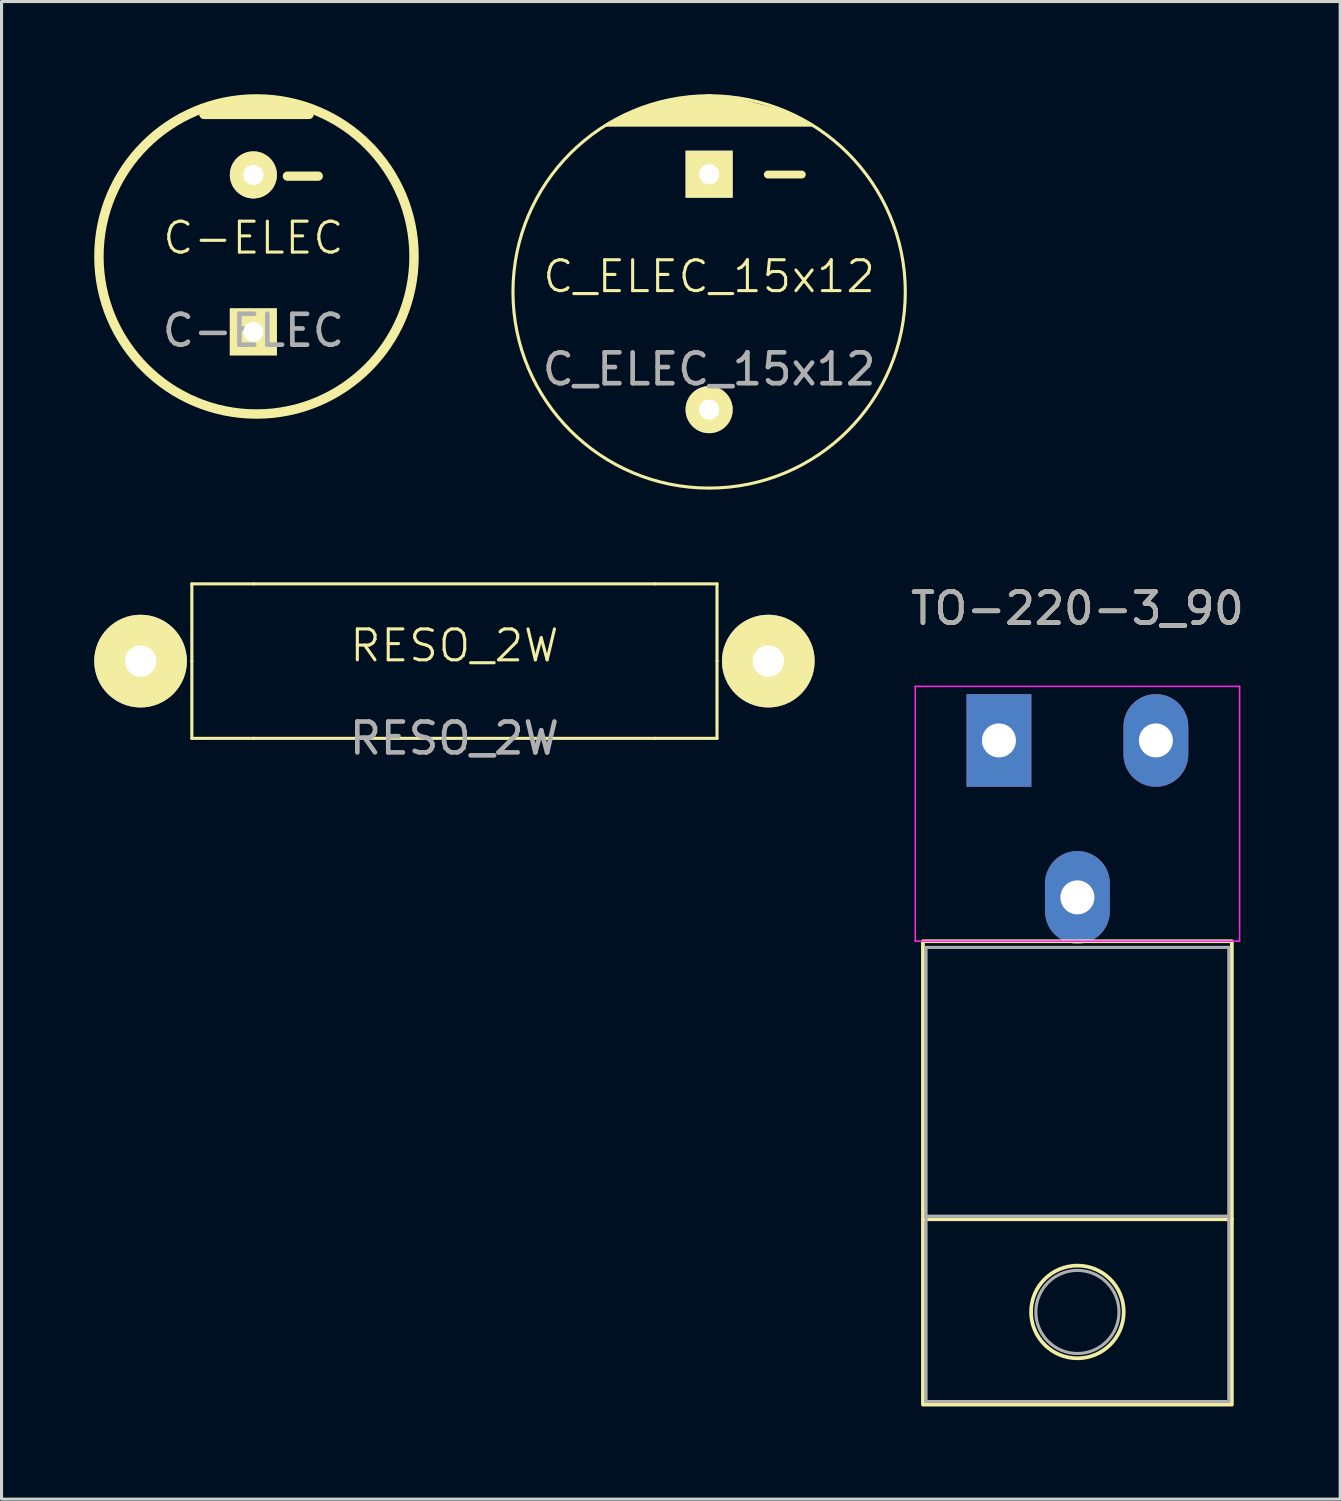
<source format=kicad_pcb>
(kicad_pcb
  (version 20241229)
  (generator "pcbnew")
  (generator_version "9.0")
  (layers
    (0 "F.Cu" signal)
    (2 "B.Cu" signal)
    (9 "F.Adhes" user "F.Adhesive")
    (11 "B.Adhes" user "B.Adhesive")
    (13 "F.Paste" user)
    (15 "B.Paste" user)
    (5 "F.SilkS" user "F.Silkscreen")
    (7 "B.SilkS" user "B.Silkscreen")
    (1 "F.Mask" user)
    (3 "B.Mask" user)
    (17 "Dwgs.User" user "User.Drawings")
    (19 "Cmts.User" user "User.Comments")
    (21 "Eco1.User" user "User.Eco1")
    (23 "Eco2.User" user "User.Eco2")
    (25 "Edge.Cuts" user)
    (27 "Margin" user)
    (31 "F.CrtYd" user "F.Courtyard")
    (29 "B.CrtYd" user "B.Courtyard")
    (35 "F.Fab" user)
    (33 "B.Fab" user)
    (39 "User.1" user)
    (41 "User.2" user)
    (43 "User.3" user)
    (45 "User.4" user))
  (footprint "C_ELEC_15x12"
    (layer "F.Cu")
    (at 19.905 6.4)
    (property "Reference" "C_ELEC_15x12" (at 0 -0.5 0) (unlocked yes) (layer "F.SilkS") (effects (font (size 1 1) (thickness 0.1))))
    (attr through_hole)
    (fp_line (start 1.9 -3.8) (end 3 -3.8) (stroke (width 0.254) (type default)) (layer "F.SilkS"))
    (fp_circle (center 0 0) (end 0 -6.35) (stroke (width 0.1) (type default)) (fill no) (layer "F.SilkS"))
    (fp_poly (pts (xy -3.3 -5.4) (xy 3.3 -5.4) (xy 2.5 -5.8) (xy 1 -6.2) (xy 0 -6.35) (xy -1.6 -6.1) (xy -2.2 -5.9)) (stroke (width 0.1) (type solid)) (fill yes) (layer "F.SilkS"))
    (fp_text user "${REFERENCE}" (at 0 2.5 0) (unlocked yes) (layer "F.Fab") (effects (font (size 1 1) (thickness 0.15))))
    (pad "1" thru_hole rect (at 0 -3.81) (size 1.524 1.524) (drill 0.65) (layers "*.Cu" "*.Mask" "F.SilkS"))
    (pad "2" thru_hole circle (at 0 3.81) (size 1.524 1.524) (drill 0.65) (layers "*.Cu" "*.Mask" "F.SilkS")))
  (footprint "RESO_2W"
    (layer "F.Cu")
    (at 11.66 18.35)
    (property "Reference" "RESO_2W" (at 0 -0.5 0) (unlocked yes) (layer "F.SilkS") (effects (font (size 1 1) (thickness 0.1))))
    (attr through_hole)
    (fp_line (start -8.5 -2.5) (end -6.5 -2.5) (stroke (width 0.1) (type default)) (layer "F.SilkS"))
    (fp_line (start -8.5 0) (end -8.5 -2.5) (stroke (width 0.1) (type default)) (layer "F.SilkS"))
    (fp_line (start -8.5 0) (end -8.5 2.5) (stroke (width 0.1) (type default)) (layer "F.SilkS"))
    (fp_line (start -8.5 2.5) (end -6.5 2.5) (stroke (width 0.1) (type default)) (layer "F.SilkS"))
    (fp_line (start -6.5 -2.5) (end 6.5 -2.5) (stroke (width 0.1) (type default)) (layer "F.SilkS"))
    (fp_line (start 6.5 2.5) (end -6.5 2.5) (stroke (width 0.1) (type default)) (layer "F.SilkS"))
    (fp_line (start 6.5 2.5) (end 8.5 2.5) (stroke (width 0.1) (type default)) (layer "F.SilkS"))
    (fp_line (start 8.5 -2.5) (end 6.5 -2.5) (stroke (width 0.1) (type default)) (layer "F.SilkS"))
    (fp_line (start 8.5 0) (end 8.5 -2.5) (stroke (width 0.1) (type default)) (layer "F.SilkS"))
    (fp_line (start 8.5 2.5) (end 8.5 0) (stroke (width 0.1) (type default)) (layer "F.SilkS"))
    (fp_text user "${REFERENCE}" (at 0 2.5 0) (unlocked yes) (layer "F.Fab") (effects (font (size 1 1) (thickness 0.15))))
    (pad "1" thru_hole circle (at -10.16 0 180) (size 3 3) (drill 1.016) (layers "*.Cu" "*.Mask" "F.SilkS"))
    (pad "2" thru_hole circle (at 10.16 0 180) (size 3 3) (drill 1.016) (layers "*.Cu" "*.Mask" "F.SilkS")))
  (footprint "TO-220-3_90"
    (layer "F.Cu")
    (at 31.826 20.918)
    (property "Reference" "TO-220-3_90" (at 0 -4.27 0) (layer "F.SilkS") (effects (font (size 1 1) (thickness 0.15))))
    (attr through_hole)
    (fp_line (start -5 15.5) (end 5 15.5) (stroke (width 0.12) (type default)) (layer "F.SilkS"))
    (fp_rect (start -5 6.5) (end 5 21.5) (stroke (width 0.12) (type default)) (fill no) (layer "F.SilkS"))
    (fp_circle (center 0 18.5) (end 1.5 18.5) (stroke (width 0.12) (type default)) (fill no) (layer "F.SilkS"))
    (fp_line (start -5.25 -1.75) (end -5.25 6.5) (stroke (width 0.05) (type solid)) (layer "F.CrtYd"))
    (fp_line (start -5.25 6.5) (end 5.25 6.5) (stroke (width 0.05) (type solid)) (layer "F.CrtYd"))
    (fp_line (start 5.25 -1.75) (end -5.25 -1.75) (stroke (width 0.05) (type solid)) (layer "F.CrtYd"))
    (fp_line (start 5.25 6.5) (end 5.25 -1.75) (stroke (width 0.05) (type solid)) (layer "F.CrtYd"))
    (fp_line (start -4.9 6.7) (end -4.9 15.4) (stroke (width 0.1) (type default)) (layer "F.Fab"))
    (fp_line (start -4.9 6.7) (end 4.9 6.7) (stroke (width 0.1) (type solid)) (layer "F.Fab"))
    (fp_line (start -4.9 15.4) (end -4.9 21.4) (stroke (width 0.1) (type default)) (layer "F.Fab"))
    (fp_line (start -4.9 15.4) (end 4.9 15.4) (stroke (width 0.1) (type default)) (layer "F.Fab"))
    (fp_line (start -4.9 21.4) (end 4.9 21.4) (stroke (width 0.1) (type default)) (layer "F.Fab"))
    (fp_line (start 4.9 15.4) (end 4.9 6.7) (stroke (width 0.1) (type default)) (layer "F.Fab"))
    (fp_line (start 4.9 21.4) (end 4.9 15.4) (stroke (width 0.1) (type default)) (layer "F.Fab"))
    (fp_circle (center 0 18.5) (end 1 19.4) (stroke (width 0.1) (type default)) (fill no) (layer "F.Fab"))
    (fp_text user "${REFERENCE}" (at 0 -4.27 0) (layer "F.Fab") (effects (font (size 1 1) (thickness 0.15))))
    (pad "1" thru_hole rect (at -2.54 0) (size 2.1 3) (drill 1.1) (layers "*.Cu" "*.Mask"))
    (pad "2" thru_hole oval (at 0 5.08) (size 2.1 3) (drill 1.1) (layers "*.Cu" "*.Mask"))
    (pad "3" thru_hole oval (at 2.54 0) (size 2.1 3) (drill 1.1) (layers "*.Cu" "*.Mask")))
  (footprint "C-ELEC"
    (layer "F.Cu")
    (at 5.152 5.152)
    (property "Reference" "C-ELEC" (at 0 -0.5 0) (unlocked yes) (layer "F.SilkS") (effects (font (size 1 1) (thickness 0.1))))
    (attr through_hole)
    (fp_line (start -1.6 -4.5) (end 1.8 -4.5) (stroke (width 0.305) (type solid)) (layer "F.SilkS"))
    (fp_line (start -1.2 -4.7) (end 1.4 -4.7) (stroke (width 0.305) (type solid)) (layer "F.SilkS"))
    (fp_line (start -0.7 -4.9) (end 0.9 -4.9) (stroke (width 0.305) (type solid)) (layer "F.SilkS"))
    (fp_line (start 1.1 -2.5) (end 2.1 -2.5) (stroke (width 0.3) (type solid)) (layer "F.SilkS"))
    (fp_circle (center 0.1 0.1) (end 5.2 0.1) (stroke (width 0.305) (type solid)) (fill no) (layer "F.SilkS"))
    (fp_text user "${REFERENCE}" (at 0 2.5 0) (unlocked yes) (layer "F.Fab") (effects (font (size 1 1) (thickness 0.15))))
    (pad "1" thru_hole rect (at 0 2.54) (size 1.524 1.524) (drill 0.65) (layers "*.Cu" "*.Mask" "F.SilkS"))
    (pad "2" thru_hole circle (at 0 -2.54) (size 1.524 1.524) (drill 0.65) (layers "*.Cu" "*.Mask" "F.SilkS")))
  (gr_rect
    (start -3 -3)
    (end 40.332 45.478)
    (stroke (width 0.1) (type default))
    (fill no)
    (layer "Edge.Cuts")))
</source>
